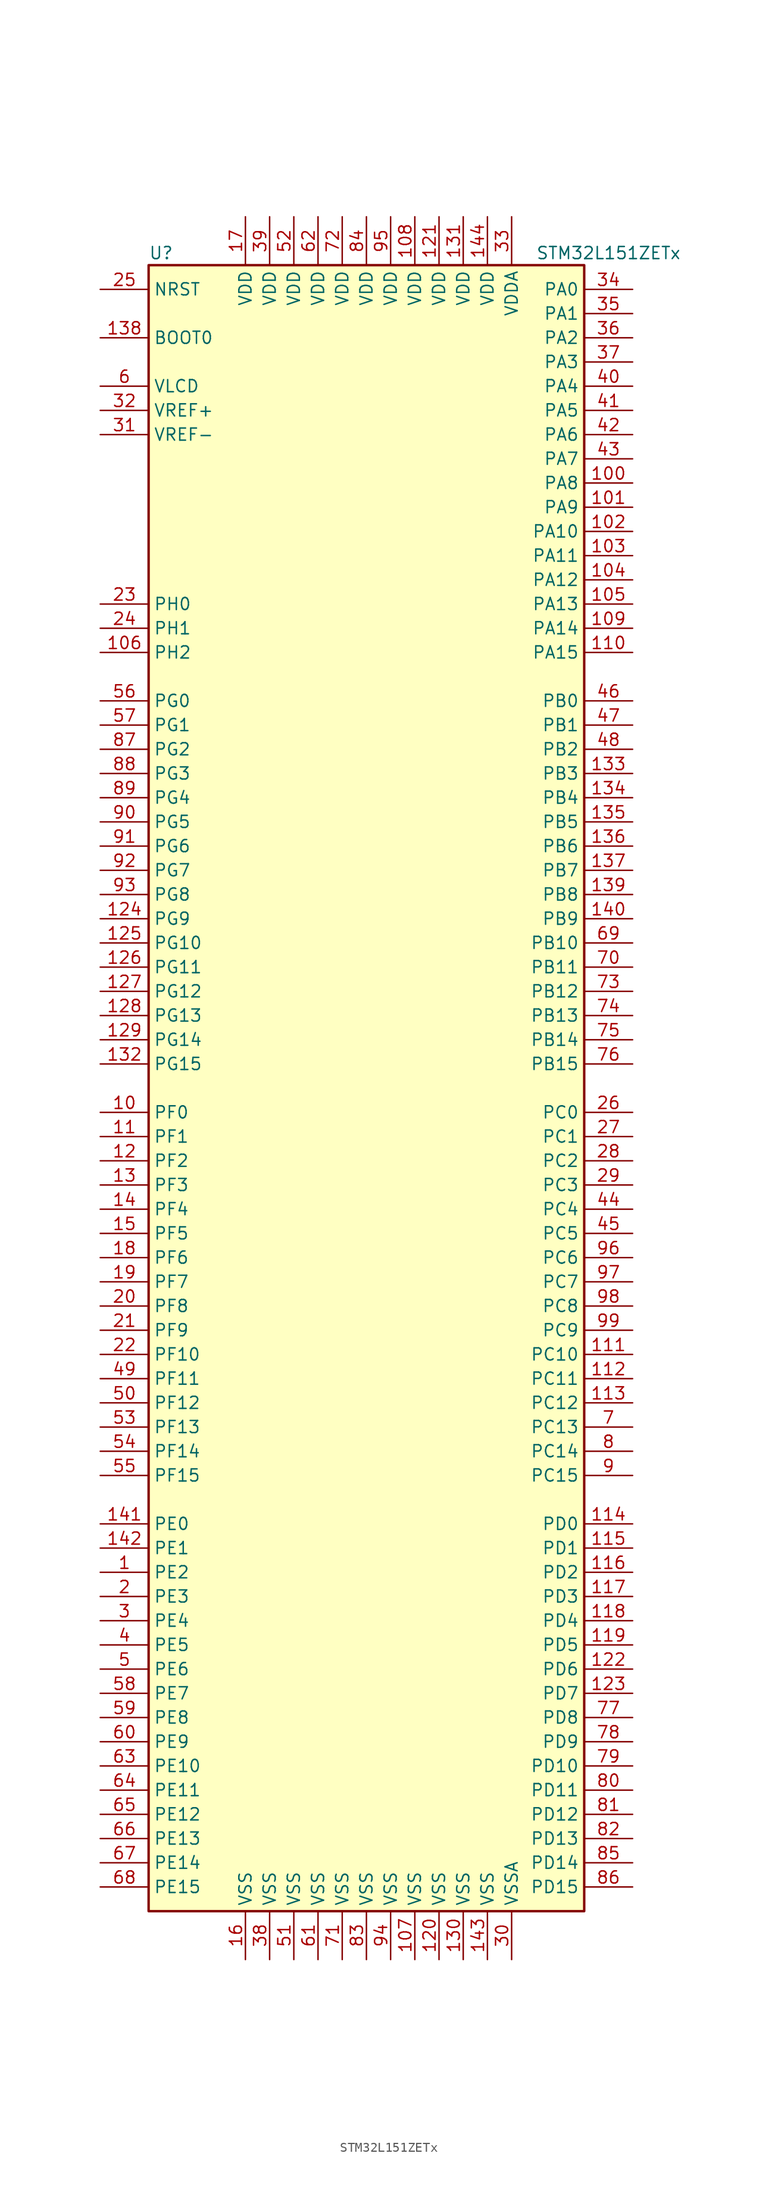
<source format=kicad_sym>
(kicad_symbol_lib
  (version 20201005)
  (generator kicad_symbol_editor)
  (symbol "STM32L151ZETx"
    (property "Reference" "U"
      (at -22.86 87.63 0)
      (effects (font (size 1.27 1.27)) (justify left)))
    (property "Value" "STM32L151ZETx"
      (at 17.78 87.63 0)
      (effects (font (size 1.27 1.27)) (justify left)))
    (symbol "STM32L151ZETx_0_1"
      (rectangle (start -22.86 -86.36) (end 22.86 86.36) (stroke (width 0.254)) (fill (type background))))
    (symbol "STM32L151ZETx_1_1"
      (pin bidirectional line (at -27.94 -50.8 0) (length 5.08) (name "PE2" (effects (font (size 1.27 1.27)))) (number "1" (effects (font (size 1.27 1.27)))))
      (pin bidirectional line (at -27.94 -2.54 0) (length 5.08) (name "PF0" (effects (font (size 1.27 1.27)))) (number "10" (effects (font (size 1.27 1.27)))))
      (pin bidirectional line (at 27.94 63.5 180) (length 5.08) (name "PA8" (effects (font (size 1.27 1.27)))) (number "100" (effects (font (size 1.27 1.27)))))
      (pin bidirectional line (at 27.94 60.96 180) (length 5.08) (name "PA9" (effects (font (size 1.27 1.27)))) (number "101" (effects (font (size 1.27 1.27)))))
      (pin bidirectional line (at 27.94 58.42 180) (length 5.08) (name "PA10" (effects (font (size 1.27 1.27)))) (number "102" (effects (font (size 1.27 1.27)))))
      (pin bidirectional line (at 27.94 55.88 180) (length 5.08) (name "PA11" (effects (font (size 1.27 1.27)))) (number "103" (effects (font (size 1.27 1.27)))))
      (pin bidirectional line (at 27.94 53.34 180) (length 5.08) (name "PA12" (effects (font (size 1.27 1.27)))) (number "104" (effects (font (size 1.27 1.27)))))
      (pin bidirectional line (at 27.94 50.8 180) (length 5.08) (name "PA13" (effects (font (size 1.27 1.27)))) (number "105" (effects (font (size 1.27 1.27)))))
      (pin bidirectional line (at -27.94 45.72 0) (length 5.08) (name "PH2" (effects (font (size 1.27 1.27)))) (number "106" (effects (font (size 1.27 1.27)))))
      (pin power_in line (at 5.08 -91.44 90) (length 5.08) (name "VSS" (effects (font (size 1.27 1.27)))) (number "107" (effects (font (size 1.27 1.27)))))
      (pin power_in line (at 5.08 91.44 270) (length 5.08) (name "VDD" (effects (font (size 1.27 1.27)))) (number "108" (effects (font (size 1.27 1.27)))))
      (pin bidirectional line (at 27.94 48.26 180) (length 5.08) (name "PA14" (effects (font (size 1.27 1.27)))) (number "109" (effects (font (size 1.27 1.27)))))
      (pin bidirectional line (at -27.94 -5.08 0) (length 5.08) (name "PF1" (effects (font (size 1.27 1.27)))) (number "11" (effects (font (size 1.27 1.27)))))
      (pin bidirectional line (at 27.94 45.72 180) (length 5.08) (name "PA15" (effects (font (size 1.27 1.27)))) (number "110" (effects (font (size 1.27 1.27)))))
      (pin bidirectional line (at 27.94 -27.94 180) (length 5.08) (name "PC10" (effects (font (size 1.27 1.27)))) (number "111" (effects (font (size 1.27 1.27)))))
      (pin bidirectional line (at 27.94 -30.48 180) (length 5.08) (name "PC11" (effects (font (size 1.27 1.27)))) (number "112" (effects (font (size 1.27 1.27)))))
      (pin bidirectional line (at 27.94 -33.02 180) (length 5.08) (name "PC12" (effects (font (size 1.27 1.27)))) (number "113" (effects (font (size 1.27 1.27)))))
      (pin bidirectional line (at 27.94 -45.72 180) (length 5.08) (name "PD0" (effects (font (size 1.27 1.27)))) (number "114" (effects (font (size 1.27 1.27)))))
      (pin bidirectional line (at 27.94 -48.26 180) (length 5.08) (name "PD1" (effects (font (size 1.27 1.27)))) (number "115" (effects (font (size 1.27 1.27)))))
      (pin bidirectional line (at 27.94 -50.8 180) (length 5.08) (name "PD2" (effects (font (size 1.27 1.27)))) (number "116" (effects (font (size 1.27 1.27)))))
      (pin bidirectional line (at 27.94 -53.34 180) (length 5.08) (name "PD3" (effects (font (size 1.27 1.27)))) (number "117" (effects (font (size 1.27 1.27)))))
      (pin bidirectional line (at 27.94 -55.88 180) (length 5.08) (name "PD4" (effects (font (size 1.27 1.27)))) (number "118" (effects (font (size 1.27 1.27)))))
      (pin bidirectional line (at 27.94 -58.42 180) (length 5.08) (name "PD5" (effects (font (size 1.27 1.27)))) (number "119" (effects (font (size 1.27 1.27)))))
      (pin bidirectional line (at -27.94 -7.62 0) (length 5.08) (name "PF2" (effects (font (size 1.27 1.27)))) (number "12" (effects (font (size 1.27 1.27)))))
      (pin power_in line (at 7.62 -91.44 90) (length 5.08) (name "VSS" (effects (font (size 1.27 1.27)))) (number "120" (effects (font (size 1.27 1.27)))))
      (pin power_in line (at 7.62 91.44 270) (length 5.08) (name "VDD" (effects (font (size 1.27 1.27)))) (number "121" (effects (font (size 1.27 1.27)))))
      (pin bidirectional line (at 27.94 -60.96 180) (length 5.08) (name "PD6" (effects (font (size 1.27 1.27)))) (number "122" (effects (font (size 1.27 1.27)))))
      (pin bidirectional line (at 27.94 -63.5 180) (length 5.08) (name "PD7" (effects (font (size 1.27 1.27)))) (number "123" (effects (font (size 1.27 1.27)))))
      (pin bidirectional line (at -27.94 17.78 0) (length 5.08) (name "PG9" (effects (font (size 1.27 1.27)))) (number "124" (effects (font (size 1.27 1.27)))))
      (pin bidirectional line (at -27.94 15.24 0) (length 5.08) (name "PG10" (effects (font (size 1.27 1.27)))) (number "125" (effects (font (size 1.27 1.27)))))
      (pin bidirectional line (at -27.94 12.7 0) (length 5.08) (name "PG11" (effects (font (size 1.27 1.27)))) (number "126" (effects (font (size 1.27 1.27)))))
      (pin bidirectional line (at -27.94 10.16 0) (length 5.08) (name "PG12" (effects (font (size 1.27 1.27)))) (number "127" (effects (font (size 1.27 1.27)))))
      (pin bidirectional line (at -27.94 7.62 0) (length 5.08) (name "PG13" (effects (font (size 1.27 1.27)))) (number "128" (effects (font (size 1.27 1.27)))))
      (pin bidirectional line (at -27.94 5.08 0) (length 5.08) (name "PG14" (effects (font (size 1.27 1.27)))) (number "129" (effects (font (size 1.27 1.27)))))
      (pin bidirectional line (at -27.94 -10.16 0) (length 5.08) (name "PF3" (effects (font (size 1.27 1.27)))) (number "13" (effects (font (size 1.27 1.27)))))
      (pin power_in line (at 10.16 -91.44 90) (length 5.08) (name "VSS" (effects (font (size 1.27 1.27)))) (number "130" (effects (font (size 1.27 1.27)))))
      (pin power_in line (at 10.16 91.44 270) (length 5.08) (name "VDD" (effects (font (size 1.27 1.27)))) (number "131" (effects (font (size 1.27 1.27)))))
      (pin bidirectional line (at -27.94 2.54 0) (length 5.08) (name "PG15" (effects (font (size 1.27 1.27)))) (number "132" (effects (font (size 1.27 1.27)))))
      (pin bidirectional line (at 27.94 33.02 180) (length 5.08) (name "PB3" (effects (font (size 1.27 1.27)))) (number "133" (effects (font (size 1.27 1.27)))))
      (pin bidirectional line (at 27.94 30.48 180) (length 5.08) (name "PB4" (effects (font (size 1.27 1.27)))) (number "134" (effects (font (size 1.27 1.27)))))
      (pin bidirectional line (at 27.94 27.94 180) (length 5.08) (name "PB5" (effects (font (size 1.27 1.27)))) (number "135" (effects (font (size 1.27 1.27)))))
      (pin bidirectional line (at 27.94 25.4 180) (length 5.08) (name "PB6" (effects (font (size 1.27 1.27)))) (number "136" (effects (font (size 1.27 1.27)))))
      (pin bidirectional line (at 27.94 22.86 180) (length 5.08) (name "PB7" (effects (font (size 1.27 1.27)))) (number "137" (effects (font (size 1.27 1.27)))))
      (pin input line (at -27.94 78.74 0) (length 5.08) (name "BOOT0" (effects (font (size 1.27 1.27)))) (number "138" (effects (font (size 1.27 1.27)))))
      (pin bidirectional line (at 27.94 20.32 180) (length 5.08) (name "PB8" (effects (font (size 1.27 1.27)))) (number "139" (effects (font (size 1.27 1.27)))))
      (pin bidirectional line (at -27.94 -12.7 0) (length 5.08) (name "PF4" (effects (font (size 1.27 1.27)))) (number "14" (effects (font (size 1.27 1.27)))))
      (pin bidirectional line (at 27.94 17.78 180) (length 5.08) (name "PB9" (effects (font (size 1.27 1.27)))) (number "140" (effects (font (size 1.27 1.27)))))
      (pin bidirectional line (at -27.94 -45.72 0) (length 5.08) (name "PE0" (effects (font (size 1.27 1.27)))) (number "141" (effects (font (size 1.27 1.27)))))
      (pin bidirectional line (at -27.94 -48.26 0) (length 5.08) (name "PE1" (effects (font (size 1.27 1.27)))) (number "142" (effects (font (size 1.27 1.27)))))
      (pin power_in line (at 12.7 -91.44 90) (length 5.08) (name "VSS" (effects (font (size 1.27 1.27)))) (number "143" (effects (font (size 1.27 1.27)))))
      (pin power_in line (at 12.7 91.44 270) (length 5.08) (name "VDD" (effects (font (size 1.27 1.27)))) (number "144" (effects (font (size 1.27 1.27)))))
      (pin bidirectional line (at -27.94 -15.24 0) (length 5.08) (name "PF5" (effects (font (size 1.27 1.27)))) (number "15" (effects (font (size 1.27 1.27)))))
      (pin power_in line (at -12.7 -91.44 90) (length 5.08) (name "VSS" (effects (font (size 1.27 1.27)))) (number "16" (effects (font (size 1.27 1.27)))))
      (pin power_in line (at -12.7 91.44 270) (length 5.08) (name "VDD" (effects (font (size 1.27 1.27)))) (number "17" (effects (font (size 1.27 1.27)))))
      (pin bidirectional line (at -27.94 -17.78 0) (length 5.08) (name "PF6" (effects (font (size 1.27 1.27)))) (number "18" (effects (font (size 1.27 1.27)))))
      (pin bidirectional line (at -27.94 -20.32 0) (length 5.08) (name "PF7" (effects (font (size 1.27 1.27)))) (number "19" (effects (font (size 1.27 1.27)))))
      (pin bidirectional line (at -27.94 -53.34 0) (length 5.08) (name "PE3" (effects (font (size 1.27 1.27)))) (number "2" (effects (font (size 1.27 1.27)))))
      (pin bidirectional line (at -27.94 -22.86 0) (length 5.08) (name "PF8" (effects (font (size 1.27 1.27)))) (number "20" (effects (font (size 1.27 1.27)))))
      (pin bidirectional line (at -27.94 -25.4 0) (length 5.08) (name "PF9" (effects (font (size 1.27 1.27)))) (number "21" (effects (font (size 1.27 1.27)))))
      (pin bidirectional line (at -27.94 -27.94 0) (length 5.08) (name "PF10" (effects (font (size 1.27 1.27)))) (number "22" (effects (font (size 1.27 1.27)))))
      (pin input line (at -27.94 50.8 0) (length 5.08) (name "PH0" (effects (font (size 1.27 1.27)))) (number "23" (effects (font (size 1.27 1.27)))))
      (pin input line (at -27.94 48.26 0) (length 5.08) (name "PH1" (effects (font (size 1.27 1.27)))) (number "24" (effects (font (size 1.27 1.27)))))
      (pin input line (at -27.94 83.82 0) (length 5.08) (name "NRST" (effects (font (size 1.27 1.27)))) (number "25" (effects (font (size 1.27 1.27)))))
      (pin bidirectional line (at 27.94 -2.54 180) (length 5.08) (name "PC0" (effects (font (size 1.27 1.27)))) (number "26" (effects (font (size 1.27 1.27)))))
      (pin bidirectional line (at 27.94 -5.08 180) (length 5.08) (name "PC1" (effects (font (size 1.27 1.27)))) (number "27" (effects (font (size 1.27 1.27)))))
      (pin bidirectional line (at 27.94 -7.62 180) (length 5.08) (name "PC2" (effects (font (size 1.27 1.27)))) (number "28" (effects (font (size 1.27 1.27)))))
      (pin bidirectional line (at 27.94 -10.16 180) (length 5.08) (name "PC3" (effects (font (size 1.27 1.27)))) (number "29" (effects (font (size 1.27 1.27)))))
      (pin bidirectional line (at -27.94 -55.88 0) (length 5.08) (name "PE4" (effects (font (size 1.27 1.27)))) (number "3" (effects (font (size 1.27 1.27)))))
      (pin power_in line (at 15.24 -91.44 90) (length 5.08) (name "VSSA" (effects (font (size 1.27 1.27)))) (number "30" (effects (font (size 1.27 1.27)))))
      (pin power_in line (at -27.94 68.58 0) (length 5.08) (name "VREF-" (effects (font (size 1.27 1.27)))) (number "31" (effects (font (size 1.27 1.27)))))
      (pin power_in line (at -27.94 71.12 0) (length 5.08) (name "VREF+" (effects (font (size 1.27 1.27)))) (number "32" (effects (font (size 1.27 1.27)))))
      (pin power_in line (at 15.24 91.44 270) (length 5.08) (name "VDDA" (effects (font (size 1.27 1.27)))) (number "33" (effects (font (size 1.27 1.27)))))
      (pin bidirectional line (at 27.94 83.82 180) (length 5.08) (name "PA0" (effects (font (size 1.27 1.27)))) (number "34" (effects (font (size 1.27 1.27)))))
      (pin bidirectional line (at 27.94 81.28 180) (length 5.08) (name "PA1" (effects (font (size 1.27 1.27)))) (number "35" (effects (font (size 1.27 1.27)))))
      (pin bidirectional line (at 27.94 78.74 180) (length 5.08) (name "PA2" (effects (font (size 1.27 1.27)))) (number "36" (effects (font (size 1.27 1.27)))))
      (pin bidirectional line (at 27.94 76.2 180) (length 5.08) (name "PA3" (effects (font (size 1.27 1.27)))) (number "37" (effects (font (size 1.27 1.27)))))
      (pin power_in line (at -10.16 -91.44 90) (length 5.08) (name "VSS" (effects (font (size 1.27 1.27)))) (number "38" (effects (font (size 1.27 1.27)))))
      (pin power_in line (at -10.16 91.44 270) (length 5.08) (name "VDD" (effects (font (size 1.27 1.27)))) (number "39" (effects (font (size 1.27 1.27)))))
      (pin bidirectional line (at -27.94 -58.42 0) (length 5.08) (name "PE5" (effects (font (size 1.27 1.27)))) (number "4" (effects (font (size 1.27 1.27)))))
      (pin bidirectional line (at 27.94 73.66 180) (length 5.08) (name "PA4" (effects (font (size 1.27 1.27)))) (number "40" (effects (font (size 1.27 1.27)))))
      (pin bidirectional line (at 27.94 71.12 180) (length 5.08) (name "PA5" (effects (font (size 1.27 1.27)))) (number "41" (effects (font (size 1.27 1.27)))))
      (pin bidirectional line (at 27.94 68.58 180) (length 5.08) (name "PA6" (effects (font (size 1.27 1.27)))) (number "42" (effects (font (size 1.27 1.27)))))
      (pin bidirectional line (at 27.94 66.04 180) (length 5.08) (name "PA7" (effects (font (size 1.27 1.27)))) (number "43" (effects (font (size 1.27 1.27)))))
      (pin bidirectional line (at 27.94 -12.7 180) (length 5.08) (name "PC4" (effects (font (size 1.27 1.27)))) (number "44" (effects (font (size 1.27 1.27)))))
      (pin bidirectional line (at 27.94 -15.24 180) (length 5.08) (name "PC5" (effects (font (size 1.27 1.27)))) (number "45" (effects (font (size 1.27 1.27)))))
      (pin bidirectional line (at 27.94 40.64 180) (length 5.08) (name "PB0" (effects (font (size 1.27 1.27)))) (number "46" (effects (font (size 1.27 1.27)))))
      (pin bidirectional line (at 27.94 38.1 180) (length 5.08) (name "PB1" (effects (font (size 1.27 1.27)))) (number "47" (effects (font (size 1.27 1.27)))))
      (pin bidirectional line (at 27.94 35.56 180) (length 5.08) (name "PB2" (effects (font (size 1.27 1.27)))) (number "48" (effects (font (size 1.27 1.27)))))
      (pin bidirectional line (at -27.94 -30.48 0) (length 5.08) (name "PF11" (effects (font (size 1.27 1.27)))) (number "49" (effects (font (size 1.27 1.27)))))
      (pin bidirectional line (at -27.94 -60.96 0) (length 5.08) (name "PE6" (effects (font (size 1.27 1.27)))) (number "5" (effects (font (size 1.27 1.27)))))
      (pin bidirectional line (at -27.94 -33.02 0) (length 5.08) (name "PF12" (effects (font (size 1.27 1.27)))) (number "50" (effects (font (size 1.27 1.27)))))
      (pin power_in line (at -7.62 -91.44 90) (length 5.08) (name "VSS" (effects (font (size 1.27 1.27)))) (number "51" (effects (font (size 1.27 1.27)))))
      (pin power_in line (at -7.62 91.44 270) (length 5.08) (name "VDD" (effects (font (size 1.27 1.27)))) (number "52" (effects (font (size 1.27 1.27)))))
      (pin bidirectional line (at -27.94 -35.56 0) (length 5.08) (name "PF13" (effects (font (size 1.27 1.27)))) (number "53" (effects (font (size 1.27 1.27)))))
      (pin bidirectional line (at -27.94 -38.1 0) (length 5.08) (name "PF14" (effects (font (size 1.27 1.27)))) (number "54" (effects (font (size 1.27 1.27)))))
      (pin bidirectional line (at -27.94 -40.64 0) (length 5.08) (name "PF15" (effects (font (size 1.27 1.27)))) (number "55" (effects (font (size 1.27 1.27)))))
      (pin bidirectional line (at -27.94 40.64 0) (length 5.08) (name "PG0" (effects (font (size 1.27 1.27)))) (number "56" (effects (font (size 1.27 1.27)))))
      (pin bidirectional line (at -27.94 38.1 0) (length 5.08) (name "PG1" (effects (font (size 1.27 1.27)))) (number "57" (effects (font (size 1.27 1.27)))))
      (pin bidirectional line (at -27.94 -63.5 0) (length 5.08) (name "PE7" (effects (font (size 1.27 1.27)))) (number "58" (effects (font (size 1.27 1.27)))))
      (pin bidirectional line (at -27.94 -66.04 0) (length 5.08) (name "PE8" (effects (font (size 1.27 1.27)))) (number "59" (effects (font (size 1.27 1.27)))))
      (pin power_in line (at -27.94 73.66 0) (length 5.08) (name "VLCD" (effects (font (size 1.27 1.27)))) (number "6" (effects (font (size 1.27 1.27)))))
      (pin bidirectional line (at -27.94 -68.58 0) (length 5.08) (name "PE9" (effects (font (size 1.27 1.27)))) (number "60" (effects (font (size 1.27 1.27)))))
      (pin power_in line (at -5.08 -91.44 90) (length 5.08) (name "VSS" (effects (font (size 1.27 1.27)))) (number "61" (effects (font (size 1.27 1.27)))))
      (pin power_in line (at -5.08 91.44 270) (length 5.08) (name "VDD" (effects (font (size 1.27 1.27)))) (number "62" (effects (font (size 1.27 1.27)))))
      (pin bidirectional line (at -27.94 -71.12 0) (length 5.08) (name "PE10" (effects (font (size 1.27 1.27)))) (number "63" (effects (font (size 1.27 1.27)))))
      (pin bidirectional line (at -27.94 -73.66 0) (length 5.08) (name "PE11" (effects (font (size 1.27 1.27)))) (number "64" (effects (font (size 1.27 1.27)))))
      (pin bidirectional line (at -27.94 -76.2 0) (length 5.08) (name "PE12" (effects (font (size 1.27 1.27)))) (number "65" (effects (font (size 1.27 1.27)))))
      (pin bidirectional line (at -27.94 -78.74 0) (length 5.08) (name "PE13" (effects (font (size 1.27 1.27)))) (number "66" (effects (font (size 1.27 1.27)))))
      (pin bidirectional line (at -27.94 -81.28 0) (length 5.08) (name "PE14" (effects (font (size 1.27 1.27)))) (number "67" (effects (font (size 1.27 1.27)))))
      (pin bidirectional line (at -27.94 -83.82 0) (length 5.08) (name "PE15" (effects (font (size 1.27 1.27)))) (number "68" (effects (font (size 1.27 1.27)))))
      (pin bidirectional line (at 27.94 15.24 180) (length 5.08) (name "PB10" (effects (font (size 1.27 1.27)))) (number "69" (effects (font (size 1.27 1.27)))))
      (pin bidirectional line (at 27.94 -35.56 180) (length 5.08) (name "PC13" (effects (font (size 1.27 1.27)))) (number "7" (effects (font (size 1.27 1.27)))))
      (pin bidirectional line (at 27.94 12.7 180) (length 5.08) (name "PB11" (effects (font (size 1.27 1.27)))) (number "70" (effects (font (size 1.27 1.27)))))
      (pin power_in line (at -2.54 -91.44 90) (length 5.08) (name "VSS" (effects (font (size 1.27 1.27)))) (number "71" (effects (font (size 1.27 1.27)))))
      (pin power_in line (at -2.54 91.44 270) (length 5.08) (name "VDD" (effects (font (size 1.27 1.27)))) (number "72" (effects (font (size 1.27 1.27)))))
      (pin bidirectional line (at 27.94 10.16 180) (length 5.08) (name "PB12" (effects (font (size 1.27 1.27)))) (number "73" (effects (font (size 1.27 1.27)))))
      (pin bidirectional line (at 27.94 7.62 180) (length 5.08) (name "PB13" (effects (font (size 1.27 1.27)))) (number "74" (effects (font (size 1.27 1.27)))))
      (pin bidirectional line (at 27.94 5.08 180) (length 5.08) (name "PB14" (effects (font (size 1.27 1.27)))) (number "75" (effects (font (size 1.27 1.27)))))
      (pin bidirectional line (at 27.94 2.54 180) (length 5.08) (name "PB15" (effects (font (size 1.27 1.27)))) (number "76" (effects (font (size 1.27 1.27)))))
      (pin bidirectional line (at 27.94 -66.04 180) (length 5.08) (name "PD8" (effects (font (size 1.27 1.27)))) (number "77" (effects (font (size 1.27 1.27)))))
      (pin bidirectional line (at 27.94 -68.58 180) (length 5.08) (name "PD9" (effects (font (size 1.27 1.27)))) (number "78" (effects (font (size 1.27 1.27)))))
      (pin bidirectional line (at 27.94 -71.12 180) (length 5.08) (name "PD10" (effects (font (size 1.27 1.27)))) (number "79" (effects (font (size 1.27 1.27)))))
      (pin bidirectional line (at 27.94 -38.1 180) (length 5.08) (name "PC14" (effects (font (size 1.27 1.27)))) (number "8" (effects (font (size 1.27 1.27)))))
      (pin bidirectional line (at 27.94 -73.66 180) (length 5.08) (name "PD11" (effects (font (size 1.27 1.27)))) (number "80" (effects (font (size 1.27 1.27)))))
      (pin bidirectional line (at 27.94 -76.2 180) (length 5.08) (name "PD12" (effects (font (size 1.27 1.27)))) (number "81" (effects (font (size 1.27 1.27)))))
      (pin bidirectional line (at 27.94 -78.74 180) (length 5.08) (name "PD13" (effects (font (size 1.27 1.27)))) (number "82" (effects (font (size 1.27 1.27)))))
      (pin power_in line (at 0 -91.44 90) (length 5.08) (name "VSS" (effects (font (size 1.27 1.27)))) (number "83" (effects (font (size 1.27 1.27)))))
      (pin power_in line (at 0 91.44 270) (length 5.08) (name "VDD" (effects (font (size 1.27 1.27)))) (number "84" (effects (font (size 1.27 1.27)))))
      (pin bidirectional line (at 27.94 -81.28 180) (length 5.08) (name "PD14" (effects (font (size 1.27 1.27)))) (number "85" (effects (font (size 1.27 1.27)))))
      (pin bidirectional line (at 27.94 -83.82 180) (length 5.08) (name "PD15" (effects (font (size 1.27 1.27)))) (number "86" (effects (font (size 1.27 1.27)))))
      (pin bidirectional line (at -27.94 35.56 0) (length 5.08) (name "PG2" (effects (font (size 1.27 1.27)))) (number "87" (effects (font (size 1.27 1.27)))))
      (pin bidirectional line (at -27.94 33.02 0) (length 5.08) (name "PG3" (effects (font (size 1.27 1.27)))) (number "88" (effects (font (size 1.27 1.27)))))
      (pin bidirectional line (at -27.94 30.48 0) (length 5.08) (name "PG4" (effects (font (size 1.27 1.27)))) (number "89" (effects (font (size 1.27 1.27)))))
      (pin bidirectional line (at 27.94 -40.64 180) (length 5.08) (name "PC15" (effects (font (size 1.27 1.27)))) (number "9" (effects (font (size 1.27 1.27)))))
      (pin bidirectional line (at -27.94 27.94 0) (length 5.08) (name "PG5" (effects (font (size 1.27 1.27)))) (number "90" (effects (font (size 1.27 1.27)))))
      (pin bidirectional line (at -27.94 25.4 0) (length 5.08) (name "PG6" (effects (font (size 1.27 1.27)))) (number "91" (effects (font (size 1.27 1.27)))))
      (pin bidirectional line (at -27.94 22.86 0) (length 5.08) (name "PG7" (effects (font (size 1.27 1.27)))) (number "92" (effects (font (size 1.27 1.27)))))
      (pin bidirectional line (at -27.94 20.32 0) (length 5.08) (name "PG8" (effects (font (size 1.27 1.27)))) (number "93" (effects (font (size 1.27 1.27)))))
      (pin power_in line (at 2.54 -91.44 90) (length 5.08) (name "VSS" (effects (font (size 1.27 1.27)))) (number "94" (effects (font (size 1.27 1.27)))))
      (pin power_in line (at 2.54 91.44 270) (length 5.08) (name "VDD" (effects (font (size 1.27 1.27)))) (number "95" (effects (font (size 1.27 1.27)))))
      (pin bidirectional line (at 27.94 -17.78 180) (length 5.08) (name "PC6" (effects (font (size 1.27 1.27)))) (number "96" (effects (font (size 1.27 1.27)))))
      (pin bidirectional line (at 27.94 -20.32 180) (length 5.08) (name "PC7" (effects (font (size 1.27 1.27)))) (number "97" (effects (font (size 1.27 1.27)))))
      (pin bidirectional line (at 27.94 -22.86 180) (length 5.08) (name "PC8" (effects (font (size 1.27 1.27)))) (number "98" (effects (font (size 1.27 1.27)))))
      (pin bidirectional line (at 27.94 -25.4 180) (length 5.08) (name "PC9" (effects (font (size 1.27 1.27)))) (number "99" (effects (font (size 1.27 1.27))))))))
</source>
